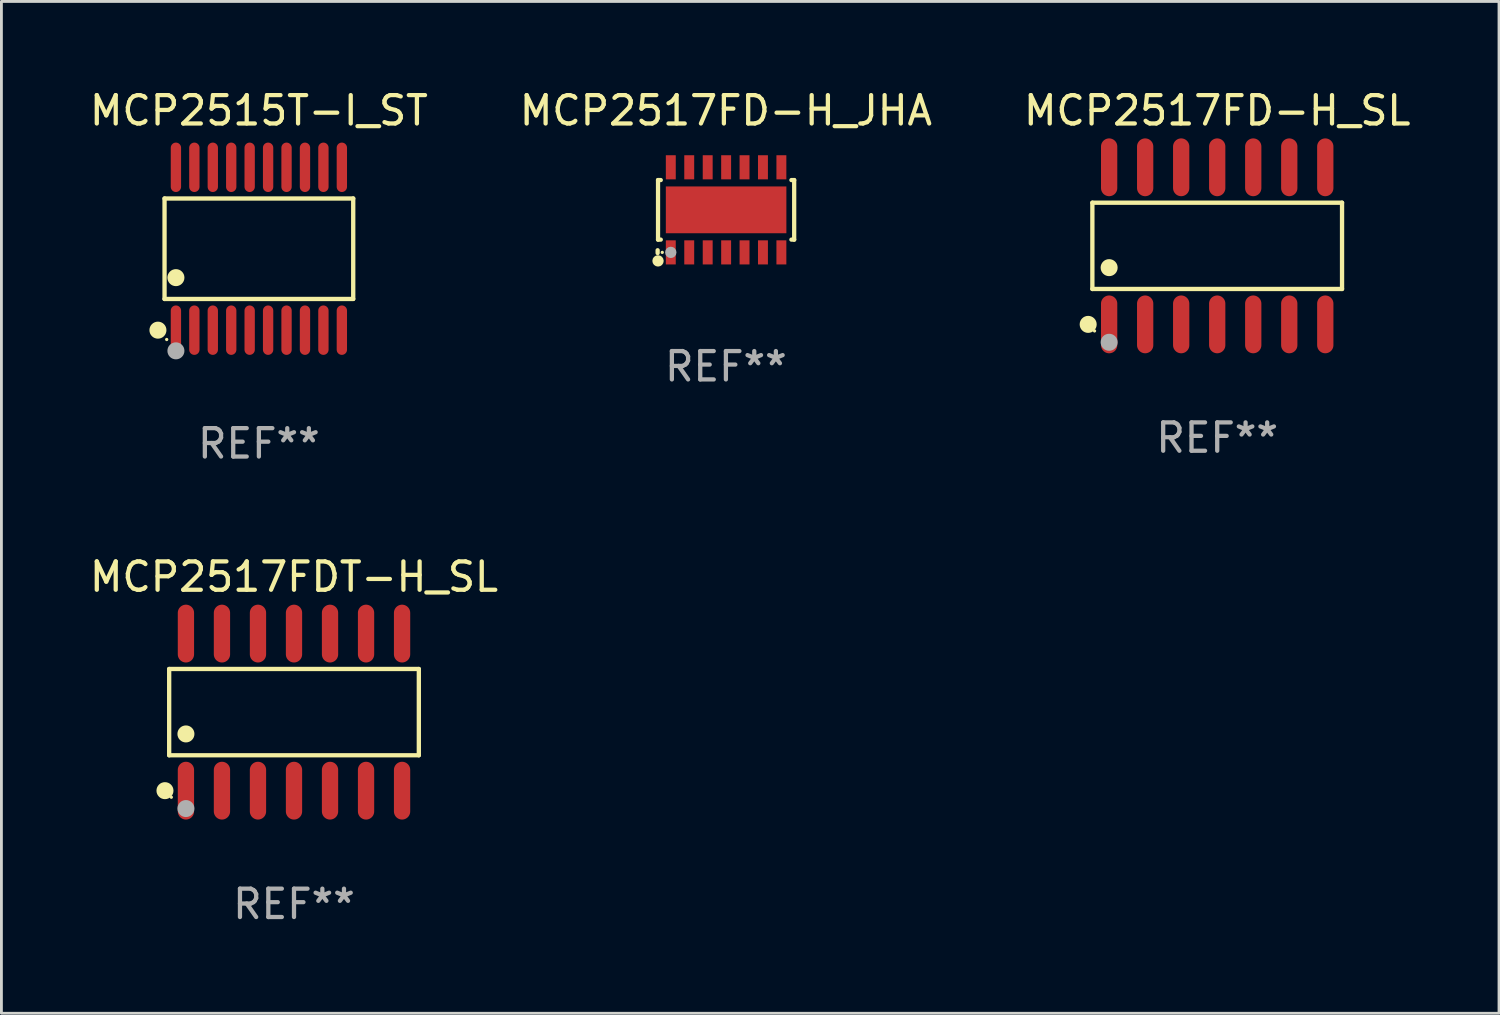
<source format=kicad_pcb>
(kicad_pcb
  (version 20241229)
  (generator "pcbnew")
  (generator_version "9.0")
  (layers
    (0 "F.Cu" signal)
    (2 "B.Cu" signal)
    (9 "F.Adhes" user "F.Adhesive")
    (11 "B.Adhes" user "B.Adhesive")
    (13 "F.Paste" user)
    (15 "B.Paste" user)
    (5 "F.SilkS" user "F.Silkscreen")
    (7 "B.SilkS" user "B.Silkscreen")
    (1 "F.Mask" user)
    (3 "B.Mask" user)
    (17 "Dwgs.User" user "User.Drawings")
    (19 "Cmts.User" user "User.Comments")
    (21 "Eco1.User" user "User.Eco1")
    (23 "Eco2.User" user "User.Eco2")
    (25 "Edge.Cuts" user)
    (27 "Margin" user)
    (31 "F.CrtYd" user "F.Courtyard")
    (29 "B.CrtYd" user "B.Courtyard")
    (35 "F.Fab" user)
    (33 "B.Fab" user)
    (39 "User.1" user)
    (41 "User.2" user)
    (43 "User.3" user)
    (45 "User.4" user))
  (footprint "MCP2517FD-H_SL"
    (layer "F.Cu")
    (at 39.863 5.617)
    (property "Reference" "MCP2517FD-H_SL" (at 0 -4.769 0) (layer "F.SilkS") (effects (font (size 1 1) (thickness 0.15))))
    (attr through_hole)
    (fp_line (start -4.401 -1.521) (end 4.401 -1.521) (stroke (width 0.152) (type solid)) (layer "F.SilkS"))
    (fp_line (start -4.401 1.521) (end -4.401 -1.521) (stroke (width 0.152) (type solid)) (layer "F.SilkS"))
    (fp_line (start 4.401 -1.521) (end 4.401 1.521) (stroke (width 0.152) (type solid)) (layer "F.SilkS"))
    (fp_line (start 4.401 1.521) (end -4.401 1.521) (stroke (width 0.152) (type solid)) (layer "F.SilkS"))
    (fp_circle (center -4.549 2.769) (end -4.399 2.769) (stroke (width 0.3) (type solid)) (fill no) (layer "F.SilkS"))
    (fp_circle (center -4.325 3) (end -4.295 3) (stroke (width 0.06) (type solid)) (fill no) (layer "F.SilkS"))
    (fp_circle (center -3.81 0.769) (end -3.66 0.769) (stroke (width 0.3) (type solid)) (fill no) (layer "F.SilkS"))
    (fp_circle (center -3.81 3.4) (end -3.66 3.4) (stroke (width 0.3) (type solid)) (fill no) (layer "F.Fab"))
    (fp_text user "REF**" (at 0 6.769 0) (layer "F.Fab") (effects (font (size 1 1) (thickness 0.15))))
    (pad "1" smd oval (at -3.81 2.769) (size 0.574 2.038) (layers "F.Cu" "F.Mask" "F.Paste"))
    (pad "2" smd oval (at -2.54 2.769) (size 0.574 2.038) (layers "F.Cu" "F.Mask" "F.Paste"))
    (pad "3" smd oval (at -1.27 2.769) (size 0.574 2.038) (layers "F.Cu" "F.Mask" "F.Paste"))
    (pad "4" smd oval (at 0 2.769) (size 0.574 2.038) (layers "F.Cu" "F.Mask" "F.Paste"))
    (pad "5" smd oval (at 1.27 2.769) (size 0.574 2.038) (layers "F.Cu" "F.Mask" "F.Paste"))
    (pad "6" smd oval (at 2.54 2.769) (size 0.574 2.038) (layers "F.Cu" "F.Mask" "F.Paste"))
    (pad "7" smd oval (at 3.81 2.769) (size 0.574 2.038) (layers "F.Cu" "F.Mask" "F.Paste"))
    (pad "8" smd oval (at 3.81 -2.769) (size 0.574 2.038) (layers "F.Cu" "F.Mask" "F.Paste"))
    (pad "9" smd oval (at 2.54 -2.769) (size 0.574 2.038) (layers "F.Cu" "F.Mask" "F.Paste"))
    (pad "10" smd oval (at 1.27 -2.769) (size 0.574 2.038) (layers "F.Cu" "F.Mask" "F.Paste"))
    (pad "11" smd oval (at 0 -2.769) (size 0.574 2.038) (layers "F.Cu" "F.Mask" "F.Paste"))
    (pad "12" smd oval (at -1.27 -2.769) (size 0.574 2.038) (layers "F.Cu" "F.Mask" "F.Paste"))
    (pad "13" smd oval (at -2.54 -2.769) (size 0.574 2.038) (layers "F.Cu" "F.Mask" "F.Paste"))
    (pad "14" smd oval (at -3.81 -2.769) (size 0.574 2.038) (layers "F.Cu" "F.Mask" "F.Paste")))
  (footprint "MCP2517FD-H_JHA"
    (layer "F.Cu")
    (at 22.542 4.36)
    (property "Reference" "MCP2517FD-H_JHA" (at 0 -3.512 0) (layer "F.SilkS") (effects (font (size 1 1) (thickness 0.15))))
    (attr through_hole)
    (fp_line (start -2.407 1.512) (end -2.407 1.412) (stroke (width 0.15) (type solid)) (layer "F.SilkS"))
    (fp_line (start -2.393 -1.062) (end -2.393 1.038) (stroke (width 0.15) (type solid)) (layer "F.SilkS"))
    (fp_line (start -2.393 -1.062) (end -2.296 -1.062) (stroke (width 0.15) (type solid)) (layer "F.SilkS"))
    (fp_line (start -2.296 1.038) (end -2.393 1.038) (stroke (width 0.15) (type solid)) (layer "F.SilkS"))
    (fp_line (start 2.309 -1.062) (end 2.407 -1.062) (stroke (width 0.15) (type solid)) (layer "F.SilkS"))
    (fp_line (start 2.407 -1.062) (end 2.407 1.038) (stroke (width 0.15) (type solid)) (layer "F.SilkS"))
    (fp_line (start 2.407 1.038) (end 2.309 1.038) (stroke (width 0.15) (type solid)) (layer "F.SilkS"))
    (fp_circle (center -2.393 1.788) (end -2.293 1.788) (stroke (width 0.2) (type solid)) (fill no) (layer "F.SilkS"))
    (fp_circle (center -2.244 1.488) (end -2.214 1.488) (stroke (width 0.06) (type solid)) (fill no) (layer "F.SilkS"))
    (fp_circle (center -1.943 1.488) (end -1.843 1.488) (stroke (width 0.2) (type solid)) (fill no) (layer "F.Fab"))
    (fp_text user "REF**" (at 0 5.512 0) (layer "F.Fab") (effects (font (size 1 1) (thickness 0.15))))
    (pad "1" smd rect (at -1.943 1.488 90) (size 0.85 0.35) (layers "F.Cu" "F.Mask" "F.Paste"))
    (pad "2" smd rect (at -1.293 1.488 90) (size 0.85 0.35) (layers "F.Cu" "F.Mask" "F.Paste"))
    (pad "3" smd rect (at -0.642 1.488 90) (size 0.85 0.35) (layers "F.Cu" "F.Mask" "F.Paste"))
    (pad "4" smd rect (at 0.008 1.488 90) (size 0.85 0.35) (layers "F.Cu" "F.Mask" "F.Paste"))
    (pad "5" smd rect (at 0.657 1.488 90) (size 0.85 0.35) (layers "F.Cu" "F.Mask" "F.Paste"))
    (pad "6" smd rect (at 1.306 1.488 90) (size 0.85 0.35) (layers "F.Cu" "F.Mask" "F.Paste"))
    (pad "7" smd rect (at 1.956 1.488 90) (size 0.85 0.35) (layers "F.Cu" "F.Mask" "F.Paste"))
    (pad "8" smd rect (at 1.956 -1.512 90) (size 0.85 0.35) (layers "F.Cu" "F.Mask" "F.Paste"))
    (pad "9" smd rect (at 1.306 -1.512 90) (size 0.85 0.35) (layers "F.Cu" "F.Mask" "F.Paste"))
    (pad "10" smd rect (at 0.657 -1.512 90) (size 0.85 0.35) (layers "F.Cu" "F.Mask" "F.Paste"))
    (pad "11" smd rect (at 0.008 -1.512 90) (size 0.85 0.35) (layers "F.Cu" "F.Mask" "F.Paste"))
    (pad "12" smd rect (at -0.642 -1.512 90) (size 0.85 0.35) (layers "F.Cu" "F.Mask" "F.Paste"))
    (pad "13" smd rect (at -1.293 -1.512 90) (size 0.85 0.35) (layers "F.Cu" "F.Mask" "F.Paste"))
    (pad "14" smd rect (at -1.943 -1.512 90) (size 0.85 0.35) (layers "F.Cu" "F.Mask" "F.Paste"))
    (pad "15" smd rect (at 0.007 -0.012 90) (size 1.65 4.25) (layers "F.Cu" "F.Mask" "F.Paste")))
  (footprint "MCP2515T-I_ST"
    (layer "F.Cu")
    (at 6.077 5.719)
    (property "Reference" "MCP2515T-I_ST" (at 0 -4.871 0) (layer "F.SilkS") (effects (font (size 1 1) (thickness 0.15))))
    (attr through_hole)
    (fp_line (start -3.326 -1.771) (end 3.326 -1.771) (stroke (width 0.152) (type solid)) (layer "F.SilkS"))
    (fp_line (start -3.326 1.771) (end -3.326 -1.771) (stroke (width 0.152) (type solid)) (layer "F.SilkS"))
    (fp_line (start 3.326 -1.771) (end 3.326 1.771) (stroke (width 0.152) (type solid)) (layer "F.SilkS"))
    (fp_line (start 3.326 1.771) (end -3.326 1.771) (stroke (width 0.152) (type solid)) (layer "F.SilkS"))
    (fp_circle (center -3.559 2.871) (end -3.409 2.871) (stroke (width 0.3) (type solid)) (fill no) (layer "F.SilkS"))
    (fp_circle (center -3.25 3.2) (end -3.22 3.2) (stroke (width 0.06) (type solid)) (fill no) (layer "F.SilkS"))
    (fp_circle (center -2.925 1.019) (end -2.775 1.019) (stroke (width 0.3) (type solid)) (fill no) (layer "F.SilkS"))
    (fp_circle (center -2.925 3.6) (end -2.775 3.6) (stroke (width 0.3) (type solid)) (fill no) (layer "F.Fab"))
    (fp_text user "REF**" (at 0 6.871 0) (layer "F.Fab") (effects (font (size 1 1) (thickness 0.15))))
    (pad "1" smd oval (at -2.925 2.871) (size 0.364 1.742) (layers "F.Cu" "F.Mask" "F.Paste"))
    (pad "2" smd oval (at -2.275 2.871) (size 0.364 1.742) (layers "F.Cu" "F.Mask" "F.Paste"))
    (pad "3" smd oval (at -1.625 2.871) (size 0.364 1.742) (layers "F.Cu" "F.Mask" "F.Paste"))
    (pad "4" smd oval (at -0.975 2.871) (size 0.364 1.742) (layers "F.Cu" "F.Mask" "F.Paste"))
    (pad "5" smd oval (at -0.325 2.871) (size 0.364 1.742) (layers "F.Cu" "F.Mask" "F.Paste"))
    (pad "6" smd oval (at 0.325 2.871) (size 0.364 1.742) (layers "F.Cu" "F.Mask" "F.Paste"))
    (pad "7" smd oval (at 0.975 2.871) (size 0.364 1.742) (layers "F.Cu" "F.Mask" "F.Paste"))
    (pad "8" smd oval (at 1.625 2.871) (size 0.364 1.742) (layers "F.Cu" "F.Mask" "F.Paste"))
    (pad "9" smd oval (at 2.275 2.871) (size 0.364 1.742) (layers "F.Cu" "F.Mask" "F.Paste"))
    (pad "10" smd oval (at 2.925 2.871) (size 0.364 1.742) (layers "F.Cu" "F.Mask" "F.Paste"))
    (pad "11" smd oval (at 2.925 -2.871) (size 0.364 1.742) (layers "F.Cu" "F.Mask" "F.Paste"))
    (pad "12" smd oval (at 2.275 -2.871) (size 0.364 1.742) (layers "F.Cu" "F.Mask" "F.Paste"))
    (pad "13" smd oval (at 1.625 -2.871) (size 0.364 1.742) (layers "F.Cu" "F.Mask" "F.Paste"))
    (pad "14" smd oval (at 0.975 -2.871) (size 0.364 1.742) (layers "F.Cu" "F.Mask" "F.Paste"))
    (pad "15" smd oval (at 0.325 -2.871) (size 0.364 1.742) (layers "F.Cu" "F.Mask" "F.Paste"))
    (pad "16" smd oval (at -0.325 -2.871) (size 0.364 1.742) (layers "F.Cu" "F.Mask" "F.Paste"))
    (pad "17" smd oval (at -0.975 -2.871) (size 0.364 1.742) (layers "F.Cu" "F.Mask" "F.Paste"))
    (pad "18" smd oval (at -1.625 -2.871) (size 0.364 1.742) (layers "F.Cu" "F.Mask" "F.Paste"))
    (pad "19" smd oval (at -2.275 -2.871) (size 0.364 1.742) (layers "F.Cu" "F.Mask" "F.Paste"))
    (pad "20" smd oval (at -2.925 -2.871) (size 0.364 1.742) (layers "F.Cu" "F.Mask" "F.Paste")))
  (footprint "MCP2517FDT-H_SL"
    (layer "F.Cu")
    (at 7.315 22.056)
    (property "Reference" "MCP2517FDT-H_SL" (at 0 -4.769 0) (layer "F.SilkS") (effects (font (size 1 1) (thickness 0.15))))
    (attr through_hole)
    (fp_line (start -4.401 -1.521) (end 4.401 -1.521) (stroke (width 0.152) (type solid)) (layer "F.SilkS"))
    (fp_line (start -4.401 1.521) (end -4.401 -1.521) (stroke (width 0.152) (type solid)) (layer "F.SilkS"))
    (fp_line (start 4.401 -1.521) (end 4.401 1.521) (stroke (width 0.152) (type solid)) (layer "F.SilkS"))
    (fp_line (start 4.401 1.521) (end -4.401 1.521) (stroke (width 0.152) (type solid)) (layer "F.SilkS"))
    (fp_circle (center -4.549 2.769) (end -4.399 2.769) (stroke (width 0.3) (type solid)) (fill no) (layer "F.SilkS"))
    (fp_circle (center -4.325 3) (end -4.295 3) (stroke (width 0.06) (type solid)) (fill no) (layer "F.SilkS"))
    (fp_circle (center -3.81 0.769) (end -3.66 0.769) (stroke (width 0.3) (type solid)) (fill no) (layer "F.SilkS"))
    (fp_circle (center -3.81 3.4) (end -3.66 3.4) (stroke (width 0.3) (type solid)) (fill no) (layer "F.Fab"))
    (fp_text user "REF**" (at 0 6.769 0) (layer "F.Fab") (effects (font (size 1 1) (thickness 0.15))))
    (pad "1" smd oval (at -3.81 2.769) (size 0.574 2.038) (layers "F.Cu" "F.Mask" "F.Paste"))
    (pad "2" smd oval (at -2.54 2.769) (size 0.574 2.038) (layers "F.Cu" "F.Mask" "F.Paste"))
    (pad "3" smd oval (at -1.27 2.769) (size 0.574 2.038) (layers "F.Cu" "F.Mask" "F.Paste"))
    (pad "4" smd oval (at 0 2.769) (size 0.574 2.038) (layers "F.Cu" "F.Mask" "F.Paste"))
    (pad "5" smd oval (at 1.27 2.769) (size 0.574 2.038) (layers "F.Cu" "F.Mask" "F.Paste"))
    (pad "6" smd oval (at 2.54 2.769) (size 0.574 2.038) (layers "F.Cu" "F.Mask" "F.Paste"))
    (pad "7" smd oval (at 3.81 2.769) (size 0.574 2.038) (layers "F.Cu" "F.Mask" "F.Paste"))
    (pad "8" smd oval (at 3.81 -2.769) (size 0.574 2.038) (layers "F.Cu" "F.Mask" "F.Paste"))
    (pad "9" smd oval (at 2.54 -2.769) (size 0.574 2.038) (layers "F.Cu" "F.Mask" "F.Paste"))
    (pad "10" smd oval (at 1.27 -2.769) (size 0.574 2.038) (layers "F.Cu" "F.Mask" "F.Paste"))
    (pad "11" smd oval (at 0 -2.769) (size 0.574 2.038) (layers "F.Cu" "F.Mask" "F.Paste"))
    (pad "12" smd oval (at -1.27 -2.769) (size 0.574 2.038) (layers "F.Cu" "F.Mask" "F.Paste"))
    (pad "13" smd oval (at -2.54 -2.769) (size 0.574 2.038) (layers "F.Cu" "F.Mask" "F.Paste"))
    (pad "14" smd oval (at -3.81 -2.769) (size 0.574 2.038) (layers "F.Cu" "F.Mask" "F.Paste")))
  (gr_rect
    (start -3 -3)
    (end 49.798 32.673)
    (stroke (width 0.1) (type default))
    (fill no)
    (layer "Edge.Cuts")))
</source>
